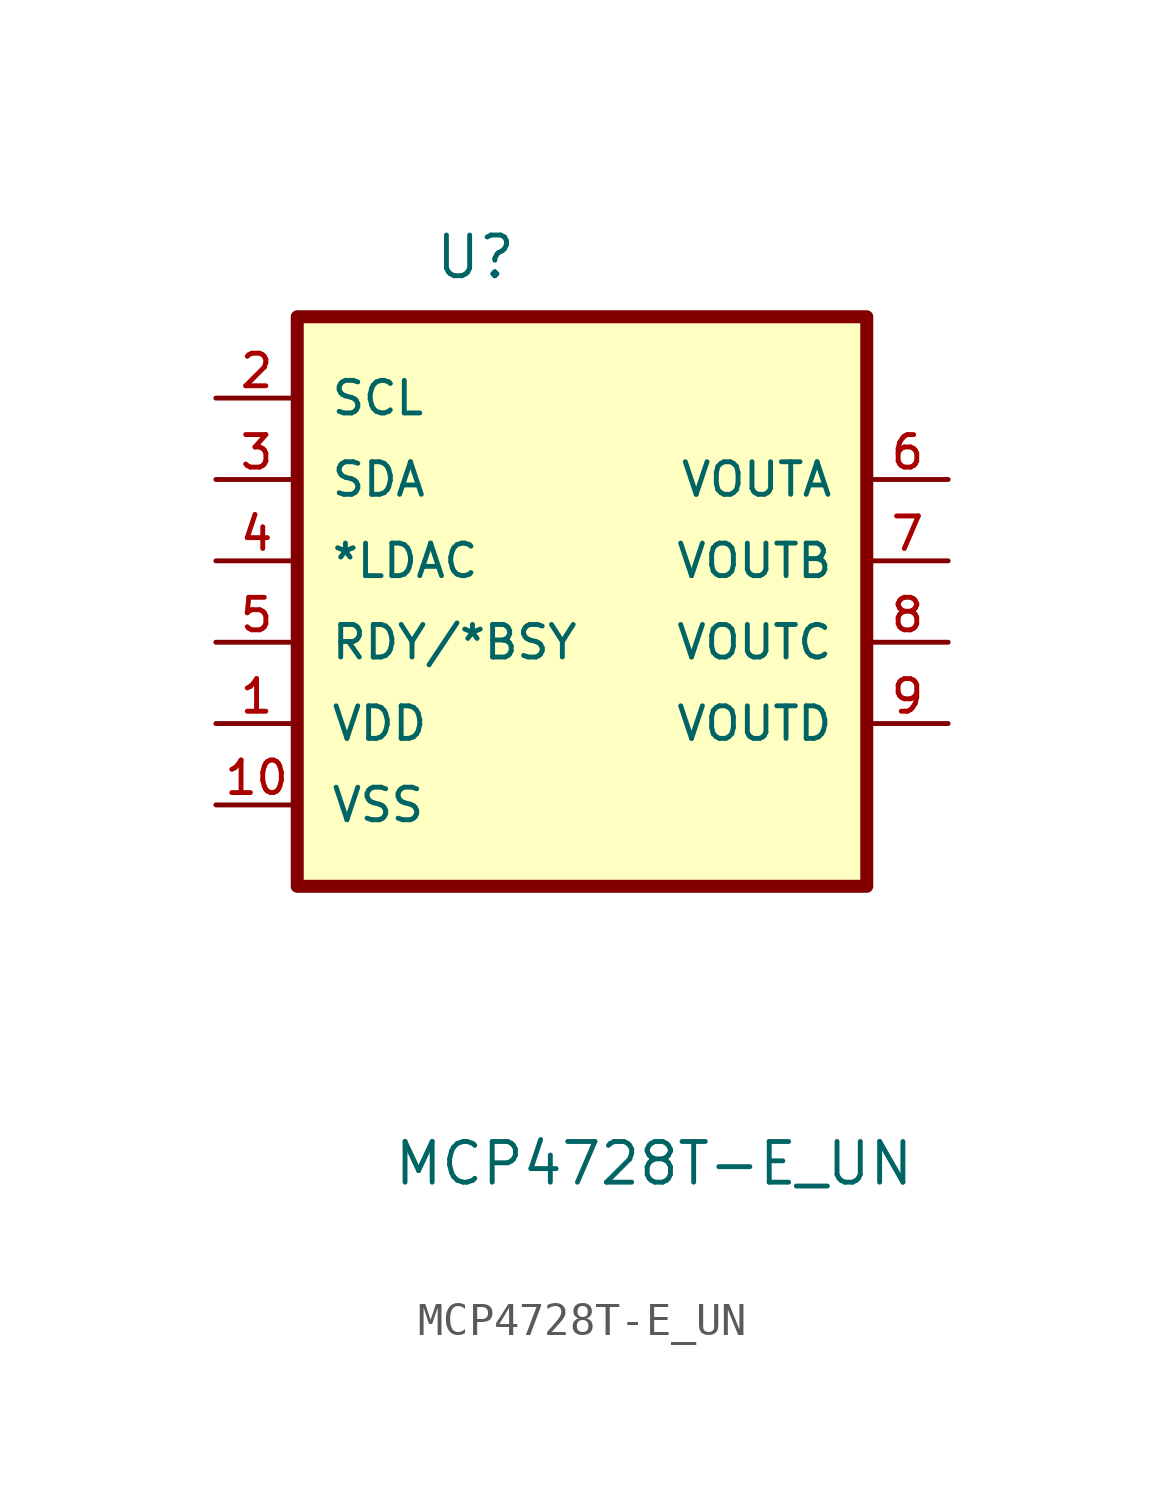
<source format=kicad_sym>
(kicad_symbol_lib
  (version 20231120)
  (generator "kicad_symbol_editor")
  (generator_version "8.0")
  (symbol "MCP4728T-E_UN"
    (pin_names
      (offset 1.016))
    (property "Reference" "U"
      (at -4.635 10.008 0)
      (effects (font (size 1.27 1.27)) (justify left bottom)))
    (property "Value" "MCP4728T-E_UN"
      (at -5.927 -18.29 0)
      (effects (font (size 1.27 1.27)) (justify left bottom)))
    (symbol "MCP4728T-E_UN_0_0"
      (rectangle (start -8.89 8.89) (end 8.89 -8.89) (stroke (width 0.406) (type default)) (fill (type background))))
    (symbol "MCP4728T-E_UN_1_0"
      (pin power_in line (at -11.43 -3.81 0) (length 2.54) (name "VDD" (effects (font (size 1.016 1.016)))) (number "1" (effects (font (size 1.016 1.016)))))
      (pin power_in line (at -11.43 -6.35 0) (length 2.54) (name "VSS" (effects (font (size 1.016 1.016)))) (number "10" (effects (font (size 1.016 1.016)))))
      (pin input line (at -11.43 6.35 0) (length 2.54) (name "SCL" (effects (font (size 1.016 1.016)))) (number "2" (effects (font (size 1.016 1.016)))))
      (pin bidirectional line (at -11.43 3.81 0) (length 2.54) (name "SDA" (effects (font (size 1.016 1.016)))) (number "3" (effects (font (size 1.016 1.016)))))
      (pin input line (at -11.43 1.27 0) (length 2.54) (name "*LDAC" (effects (font (size 1.016 1.016)))) (number "4" (effects (font (size 1.016 1.016)))))
      (pin output line (at -11.43 -1.27 0) (length 2.54) (name "RDY/*BSY" (effects (font (size 1.016 1.016)))) (number "5" (effects (font (size 1.016 1.016)))))
      (pin output line (at 11.43 3.81 180) (length 2.54) (name "VOUTA" (effects (font (size 1.016 1.016)))) (number "6" (effects (font (size 1.016 1.016)))))
      (pin output line (at 11.43 1.27 180) (length 2.54) (name "VOUTB" (effects (font (size 1.016 1.016)))) (number "7" (effects (font (size 1.016 1.016)))))
      (pin output line (at 11.43 -1.27 180) (length 2.54) (name "VOUTC" (effects (font (size 1.016 1.016)))) (number "8" (effects (font (size 1.016 1.016)))))
      (pin output line (at 11.43 -3.81 180) (length 2.54) (name "VOUTD" (effects (font (size 1.016 1.016)))) (number "9" (effects (font (size 1.016 1.016))))))))
</source>
